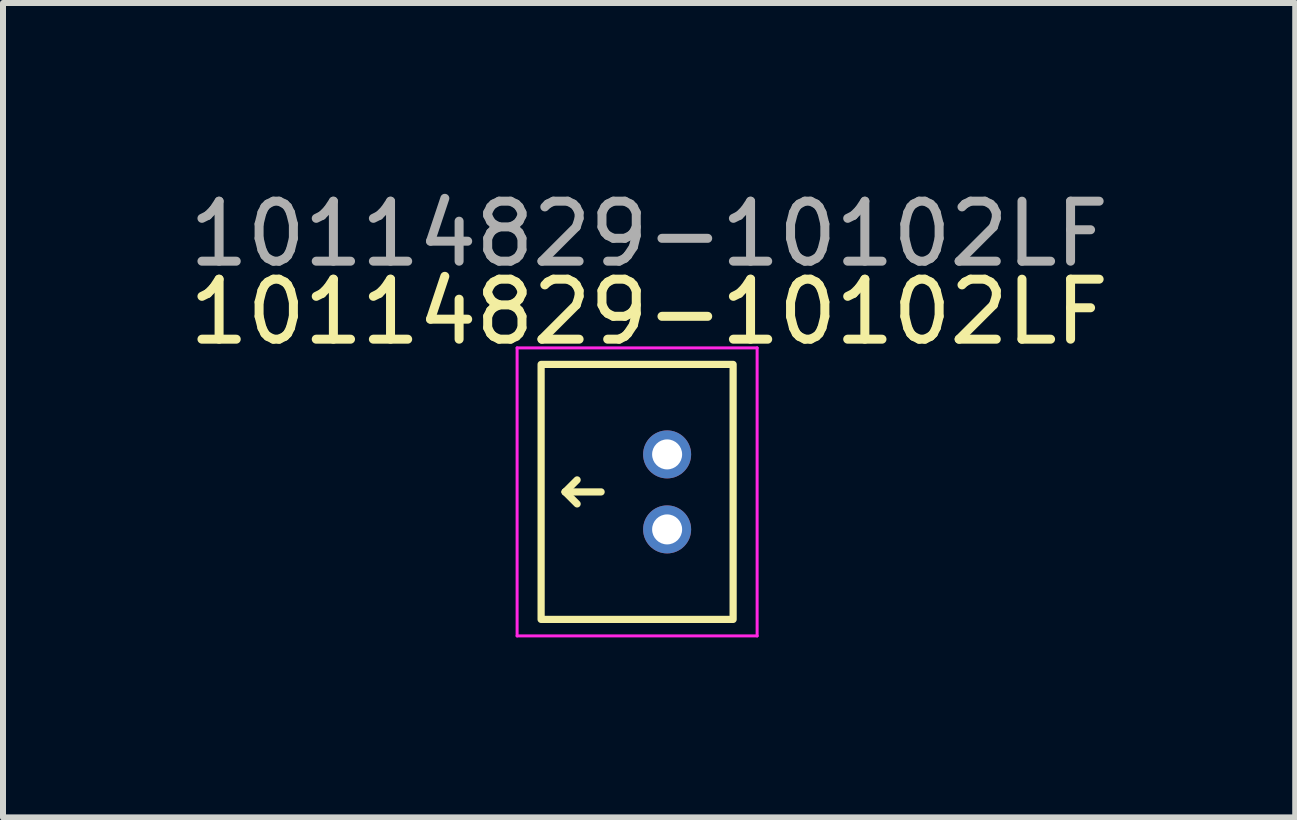
<source format=kicad_pcb>
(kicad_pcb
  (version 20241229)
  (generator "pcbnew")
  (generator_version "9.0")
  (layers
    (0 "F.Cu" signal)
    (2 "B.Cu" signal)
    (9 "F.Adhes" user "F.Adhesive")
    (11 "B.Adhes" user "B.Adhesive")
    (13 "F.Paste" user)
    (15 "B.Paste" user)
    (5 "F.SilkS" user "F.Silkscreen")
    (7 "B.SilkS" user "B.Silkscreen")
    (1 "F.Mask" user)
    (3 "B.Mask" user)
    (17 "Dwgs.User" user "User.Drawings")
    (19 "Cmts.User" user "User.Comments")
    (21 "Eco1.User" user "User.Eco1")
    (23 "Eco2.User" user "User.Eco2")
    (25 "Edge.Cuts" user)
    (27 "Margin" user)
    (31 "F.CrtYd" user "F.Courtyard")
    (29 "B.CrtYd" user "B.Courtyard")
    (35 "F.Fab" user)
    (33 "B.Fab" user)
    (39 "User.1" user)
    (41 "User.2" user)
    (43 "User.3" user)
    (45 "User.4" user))
  (footprint "10114829-10102LF"
    (layer "F.Cu")
    (at 7.568 5.148)
    (property "Reference" "10114829-10102LF" (at 0.2 -3 0) (unlocked yes) (layer "F.SilkS") (effects (font (size 1 1) (thickness 0.15))))
    (attr through_hole)
    (fp_line (start -1.2 0) (end -1 -0.2) (stroke (width 0.12) (type solid)) (layer "F.SilkS"))
    (fp_line (start -1.2 0) (end -1 0.2) (stroke (width 0.12) (type solid)) (layer "F.SilkS"))
    (fp_line (start -1.2 0) (end -0.6 0) (stroke (width 0.12) (type solid)) (layer "F.SilkS"))
    (fp_rect (start -1.6 -2.125) (end 1.6 2.125) (stroke (width 0.12) (type solid)) (fill no) (layer "F.SilkS"))
    (fp_line (start -2 -2.4) (end 2 -2.4) (stroke (width 0.05) (type solid)) (layer "F.CrtYd"))
    (fp_line (start -2 2.4) (end -2 -2.4) (stroke (width 0.05) (type solid)) (layer "F.CrtYd"))
    (fp_line (start 2 -2.4) (end 2 2.4) (stroke (width 0.05) (type solid)) (layer "F.CrtYd"))
    (fp_line (start 2 2.4) (end -2 2.4) (stroke (width 0.05) (type solid)) (layer "F.CrtYd"))
    (fp_text user "${REFERENCE}" (at 0.2 -4.3 0) (unlocked yes) (layer "F.Fab") (effects (font (size 1 1) (thickness 0.15))))
    (pad "1" thru_hole circle (at 0.5 0.625) (size 0.8 0.8) (drill 0.5) (layers "*.Cu" "*.Mask"))
    (pad "2" thru_hole circle (at 0.5 -0.625) (size 0.8 0.8) (drill 0.5) (layers "*.Cu" "*.Mask")))
  (gr_rect
    (start -3 -3)
    (end 18.536 10.573)
    (stroke (width 0.1) (type default))
    (fill no)
    (layer "Edge.Cuts")))
</source>
